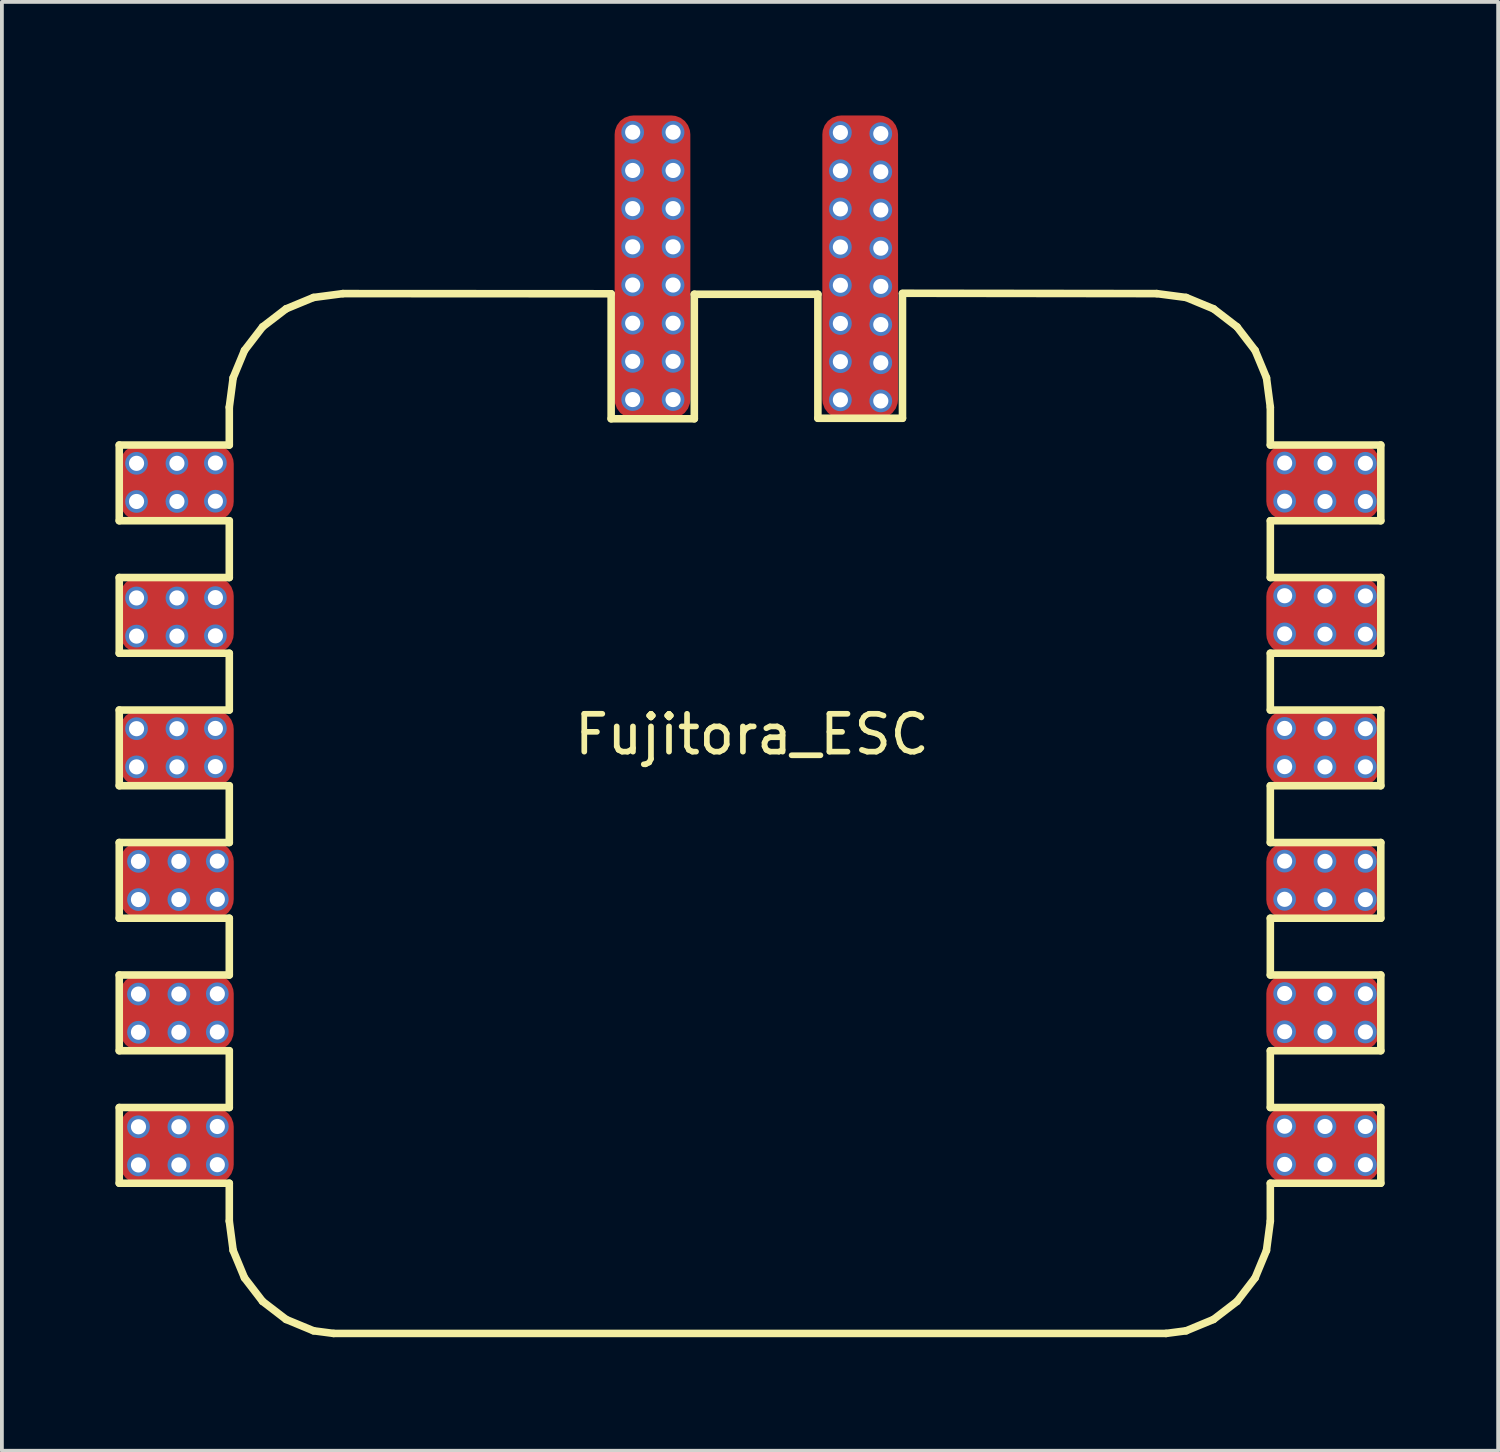
<source format=kicad_pcb>
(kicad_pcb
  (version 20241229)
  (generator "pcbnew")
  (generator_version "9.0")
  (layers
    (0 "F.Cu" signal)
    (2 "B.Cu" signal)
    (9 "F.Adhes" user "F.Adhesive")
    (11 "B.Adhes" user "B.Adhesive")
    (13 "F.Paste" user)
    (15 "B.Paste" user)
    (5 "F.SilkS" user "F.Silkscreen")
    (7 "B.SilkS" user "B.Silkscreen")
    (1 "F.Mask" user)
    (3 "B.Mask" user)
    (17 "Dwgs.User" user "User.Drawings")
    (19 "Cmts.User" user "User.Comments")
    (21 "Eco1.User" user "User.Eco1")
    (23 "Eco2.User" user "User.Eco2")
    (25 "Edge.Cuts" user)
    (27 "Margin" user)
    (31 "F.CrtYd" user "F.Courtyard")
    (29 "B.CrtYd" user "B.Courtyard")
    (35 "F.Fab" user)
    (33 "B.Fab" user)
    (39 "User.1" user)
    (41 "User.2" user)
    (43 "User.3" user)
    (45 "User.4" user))
  (footprint "Fujitora_ESC"
    (layer "F.Cu")
    (at 16.813 18.681)
    (property "Reference" "Fujitora_ESC" (at 0 -2.33 0) (layer "F.SilkS") (effects (font (size 1 1) (thickness 0.15))))
    (attr through_hole)
    (fp_line (start -16.713 -9.975) (end -13.806 -9.975) (stroke (width 0.2) (type solid)) (layer "F.SilkS"))
    (fp_line (start -16.713 -7.975) (end -16.713 -9.975) (stroke (width 0.2) (type solid)) (layer "F.SilkS"))
    (fp_line (start -16.713 -4.475) (end -16.713 -6.475) (stroke (width 0.2) (type solid)) (layer "F.SilkS"))
    (fp_line (start -16.713 -2.975) (end -13.806 -2.975) (stroke (width 0.2) (type solid)) (layer "F.SilkS"))
    (fp_line (start -16.713 -0.975) (end -16.713 -2.975) (stroke (width 0.2) (type solid)) (layer "F.SilkS"))
    (fp_line (start -16.713 0.525) (end -13.806 0.525) (stroke (width 0.2) (type solid)) (layer "F.SilkS"))
    (fp_line (start -16.713 2.525) (end -16.713 0.525) (stroke (width 0.2) (type solid)) (layer "F.SilkS"))
    (fp_line (start -16.713 4.025) (end -13.806 4.025) (stroke (width 0.2) (type solid)) (layer "F.SilkS"))
    (fp_line (start -16.713 6.025) (end -16.713 4.025) (stroke (width 0.2) (type solid)) (layer "F.SilkS"))
    (fp_line (start -16.713 9.525) (end -16.713 7.525) (stroke (width 0.2) (type solid)) (layer "F.SilkS"))
    (fp_line (start -13.806 -10.975) (end -13.806 -9.975) (stroke (width 0.2) (type solid)) (layer "F.SilkS"))
    (fp_line (start -13.806 -10.975) (end -13.704 -11.751) (stroke (width 0.2) (type solid)) (layer "F.SilkS"))
    (fp_line (start -13.806 -7.975) (end -16.713 -7.975) (stroke (width 0.2) (type solid)) (layer "F.SilkS"))
    (fp_line (start -13.806 -7.975) (end -13.806 -6.475) (stroke (width 0.2) (type solid)) (layer "F.SilkS"))
    (fp_line (start -13.806 -6.475) (end -16.713 -6.475) (stroke (width 0.2) (type solid)) (layer "F.SilkS"))
    (fp_line (start -13.806 -4.475) (end -16.713 -4.475) (stroke (width 0.2) (type solid)) (layer "F.SilkS"))
    (fp_line (start -13.806 -4.475) (end -13.806 -2.975) (stroke (width 0.2) (type solid)) (layer "F.SilkS"))
    (fp_line (start -13.806 -0.975) (end -16.713 -0.975) (stroke (width 0.2) (type solid)) (layer "F.SilkS"))
    (fp_line (start -13.806 -0.975) (end -13.806 0.525) (stroke (width 0.2) (type solid)) (layer "F.SilkS"))
    (fp_line (start -13.806 2.525) (end -16.713 2.525) (stroke (width 0.2) (type solid)) (layer "F.SilkS"))
    (fp_line (start -13.806 2.525) (end -13.806 4.025) (stroke (width 0.2) (type solid)) (layer "F.SilkS"))
    (fp_line (start -13.806 6.025) (end -16.713 6.025) (stroke (width 0.2) (type solid)) (layer "F.SilkS"))
    (fp_line (start -13.806 6.025) (end -13.806 7.525) (stroke (width 0.2) (type solid)) (layer "F.SilkS"))
    (fp_line (start -13.806 7.525) (end -16.713 7.525) (stroke (width 0.2) (type solid)) (layer "F.SilkS"))
    (fp_line (start -13.806 9.525) (end -16.713 9.525) (stroke (width 0.2) (type solid)) (layer "F.SilkS"))
    (fp_line (start -13.806 9.525) (end -13.806 10.525) (stroke (width 0.2) (type solid)) (layer "F.SilkS"))
    (fp_line (start -13.704 -11.751) (end -13.404 -12.475) (stroke (width 0.2) (type solid)) (layer "F.SilkS"))
    (fp_line (start -13.704 11.301) (end -13.806 10.525) (stroke (width 0.2) (type solid)) (layer "F.SilkS"))
    (fp_line (start -13.404 -12.475) (end -12.927 -13.096) (stroke (width 0.2) (type solid)) (layer "F.SilkS"))
    (fp_line (start -13.404 12.025) (end -13.704 11.301) (stroke (width 0.2) (type solid)) (layer "F.SilkS"))
    (fp_line (start -12.927 -13.096) (end -12.306 -13.573) (stroke (width 0.2) (type solid)) (layer "F.SilkS"))
    (fp_line (start -12.927 12.646) (end -13.404 12.025) (stroke (width 0.2) (type solid)) (layer "F.SilkS"))
    (fp_line (start -12.306 -13.573) (end -11.582 -13.873) (stroke (width 0.2) (type solid)) (layer "F.SilkS"))
    (fp_line (start -12.306 13.123) (end -12.927 12.646) (stroke (width 0.2) (type solid)) (layer "F.SilkS"))
    (fp_line (start -11.582 -13.873) (end -10.806 -13.975) (stroke (width 0.2) (type solid)) (layer "F.SilkS"))
    (fp_line (start -11.582 13.423) (end -12.306 13.123) (stroke (width 0.2) (type solid)) (layer "F.SilkS"))
    (fp_line (start -11.05 13.493) (end -11.582 13.423) (stroke (width 0.2) (type solid)) (layer "F.SilkS"))
    (fp_line (start -11.05 13.493) (end 10.938 13.493) (stroke (width 0.2) (type solid)) (layer "F.SilkS"))
    (fp_line (start -3.719 -13.971) (end -10.806 -13.975) (stroke (width 0.2) (type solid)) (layer "F.SilkS"))
    (fp_line (start -3.719 -13.971) (end -3.719 -10.669) (stroke (width 0.2) (type solid)) (layer "F.SilkS"))
    (fp_line (start -3.719 -10.669) (end -1.522 -10.669) (stroke (width 0.2) (type solid)) (layer "F.SilkS"))
    (fp_line (start -1.522 -13.958) (end 1.742 -13.958) (stroke (width 0.2) (type solid)) (layer "F.SilkS"))
    (fp_line (start -1.522 -10.669) (end -1.522 -13.958) (stroke (width 0.2) (type solid)) (layer "F.SilkS"))
    (fp_line (start 1.742 -13.958) (end 1.742 -10.682) (stroke (width 0.2) (type solid)) (layer "F.SilkS"))
    (fp_line (start 1.742 -10.682) (end 3.977 -10.682) (stroke (width 0.2) (type solid)) (layer "F.SilkS"))
    (fp_line (start 3.977 -10.682) (end 3.977 -13.974) (stroke (width 0.2) (type solid)) (layer "F.SilkS"))
    (fp_line (start 10.694 -13.975) (end 3.977 -13.984) (stroke (width 0.2) (type solid)) (layer "F.SilkS"))
    (fp_line (start 11.47 -13.873) (end 10.694 -13.975) (stroke (width 0.2) (type solid)) (layer "F.SilkS"))
    (fp_line (start 11.47 13.423) (end 10.938 13.493) (stroke (width 0.2) (type solid)) (layer "F.SilkS"))
    (fp_line (start 12.194 -13.573) (end 11.47 -13.873) (stroke (width 0.2) (type solid)) (layer "F.SilkS"))
    (fp_line (start 12.194 13.123) (end 11.47 13.423) (stroke (width 0.2) (type solid)) (layer "F.SilkS"))
    (fp_line (start 12.815 -13.096) (end 12.194 -13.573) (stroke (width 0.2) (type solid)) (layer "F.SilkS"))
    (fp_line (start 12.815 12.646) (end 12.194 13.123) (stroke (width 0.2) (type solid)) (layer "F.SilkS"))
    (fp_line (start 13.292 -12.475) (end 12.815 -13.096) (stroke (width 0.2) (type solid)) (layer "F.SilkS"))
    (fp_line (start 13.292 12.025) (end 12.815 12.646) (stroke (width 0.2) (type solid)) (layer "F.SilkS"))
    (fp_line (start 13.592 -11.751) (end 13.292 -12.475) (stroke (width 0.2) (type solid)) (layer "F.SilkS"))
    (fp_line (start 13.592 11.301) (end 13.292 12.025) (stroke (width 0.2) (type solid)) (layer "F.SilkS"))
    (fp_line (start 13.694 -10.975) (end 13.592 -11.751) (stroke (width 0.2) (type solid)) (layer "F.SilkS"))
    (fp_line (start 13.694 -9.975) (end 13.694 -10.975) (stroke (width 0.2) (type solid)) (layer "F.SilkS"))
    (fp_line (start 13.694 -9.975) (end 16.612 -9.975) (stroke (width 0.2) (type solid)) (layer "F.SilkS"))
    (fp_line (start 13.694 -6.475) (end 13.694 -7.975) (stroke (width 0.2) (type solid)) (layer "F.SilkS"))
    (fp_line (start 13.694 -6.475) (end 16.612 -6.475) (stroke (width 0.2) (type solid)) (layer "F.SilkS"))
    (fp_line (start 13.694 -2.975) (end 13.694 -4.475) (stroke (width 0.2) (type solid)) (layer "F.SilkS"))
    (fp_line (start 13.694 -2.975) (end 16.612 -2.975) (stroke (width 0.2) (type solid)) (layer "F.SilkS"))
    (fp_line (start 13.694 0.525) (end 13.694 -0.975) (stroke (width 0.2) (type solid)) (layer "F.SilkS"))
    (fp_line (start 13.694 0.525) (end 16.612 0.525) (stroke (width 0.2) (type solid)) (layer "F.SilkS"))
    (fp_line (start 13.694 4.025) (end 13.694 2.525) (stroke (width 0.2) (type solid)) (layer "F.SilkS"))
    (fp_line (start 13.694 4.025) (end 16.612 4.025) (stroke (width 0.2) (type solid)) (layer "F.SilkS"))
    (fp_line (start 13.694 7.525) (end 13.694 6.025) (stroke (width 0.2) (type solid)) (layer "F.SilkS"))
    (fp_line (start 13.694 7.525) (end 16.612 7.525) (stroke (width 0.2) (type solid)) (layer "F.SilkS"))
    (fp_line (start 13.694 10.525) (end 13.592 11.301) (stroke (width 0.2) (type solid)) (layer "F.SilkS"))
    (fp_line (start 13.694 10.525) (end 13.694 9.525) (stroke (width 0.2) (type solid)) (layer "F.SilkS"))
    (fp_line (start 16.612 -9.975) (end 16.612 -7.975) (stroke (width 0.2) (type solid)) (layer "F.SilkS"))
    (fp_line (start 16.612 -7.975) (end 13.694 -7.975) (stroke (width 0.2) (type solid)) (layer "F.SilkS"))
    (fp_line (start 16.612 -6.475) (end 16.612 -4.475) (stroke (width 0.2) (type solid)) (layer "F.SilkS"))
    (fp_line (start 16.612 -4.475) (end 13.694 -4.475) (stroke (width 0.2) (type solid)) (layer "F.SilkS"))
    (fp_line (start 16.612 -2.975) (end 16.612 -0.975) (stroke (width 0.2) (type solid)) (layer "F.SilkS"))
    (fp_line (start 16.612 -0.975) (end 13.694 -0.975) (stroke (width 0.2) (type solid)) (layer "F.SilkS"))
    (fp_line (start 16.612 0.525) (end 16.612 2.525) (stroke (width 0.2) (type solid)) (layer "F.SilkS"))
    (fp_line (start 16.612 2.525) (end 13.694 2.525) (stroke (width 0.2) (type solid)) (layer "F.SilkS"))
    (fp_line (start 16.612 4.025) (end 16.612 6.025) (stroke (width 0.2) (type solid)) (layer "F.SilkS"))
    (fp_line (start 16.612 6.025) (end 13.694 6.025) (stroke (width 0.2) (type solid)) (layer "F.SilkS"))
    (fp_line (start 16.612 7.525) (end 16.612 9.525) (stroke (width 0.2) (type solid)) (layer "F.SilkS"))
    (fp_line (start 16.612 9.525) (end 13.694 9.525) (stroke (width 0.2) (type solid)) (layer "F.SilkS"))
    (pad "1" thru_hole circle (at -16.256 -9.492) (size 0.6 0.6) (drill 0.4) (layers "*.Cu" "*.Mask"))
    (pad "1" thru_hole circle (at -16.256 -8.484) (size 0.6 0.6) (drill 0.4) (layers "*.Cu" "*.Mask"))
    (pad "1" thru_hole circle (at -15.189 -9.492) (size 0.6 0.6) (drill 0.4) (layers "*.Cu" "*.Mask"))
    (pad "1" smd roundrect (at -15.189 -8.98) (size 3 2) (layers "F.Cu" "F.Mask" "F.Paste") (roundrect_rratio 0.25))
    (pad "1" thru_hole circle (at -15.189 -8.484) (size 0.6 0.6) (drill 0.4) (layers "*.Cu" "*.Mask"))
    (pad "1" thru_hole circle (at -14.173 -9.5) (size 0.6 0.6) (drill 0.4) (layers "*.Cu" "*.Mask"))
    (pad "1" thru_hole circle (at -14.173 -8.491) (size 0.6 0.6) (drill 0.4) (layers "*.Cu" "*.Mask"))
    (pad "2" thru_hole circle (at -16.256 -5.936) (size 0.6 0.6) (drill 0.4) (layers "*.Cu" "*.Mask"))
    (pad "2" thru_hole circle (at -16.256 -4.928) (size 0.6 0.6) (drill 0.4) (layers "*.Cu" "*.Mask"))
    (pad "2" thru_hole circle (at -15.189 -5.936) (size 0.6 0.6) (drill 0.4) (layers "*.Cu" "*.Mask"))
    (pad "2" smd roundrect (at -15.189 -5.488) (size 3 2) (layers "F.Cu" "F.Mask" "F.Paste") (roundrect_rratio 0.25))
    (pad "2" thru_hole circle (at -15.189 -4.928) (size 0.6 0.6) (drill 0.4) (layers "*.Cu" "*.Mask"))
    (pad "2" thru_hole circle (at -14.173 -5.944) (size 0.6 0.6) (drill 0.4) (layers "*.Cu" "*.Mask"))
    (pad "2" thru_hole circle (at -14.173 -4.935) (size 0.6 0.6) (drill 0.4) (layers "*.Cu" "*.Mask"))
    (pad "3" thru_hole circle (at -16.256 -2.482) (size 0.6 0.6) (drill 0.4) (layers "*.Cu" "*.Mask"))
    (pad "3" thru_hole circle (at -16.256 -1.473) (size 0.6 0.6) (drill 0.4) (layers "*.Cu" "*.Mask"))
    (pad "3" thru_hole circle (at -15.189 -2.482) (size 0.6 0.6) (drill 0.4) (layers "*.Cu" "*.Mask"))
    (pad "3" smd roundrect (at -15.189 -1.97) (size 3 2) (layers "F.Cu" "F.Mask" "F.Paste") (roundrect_rratio 0.25))
    (pad "3" thru_hole circle (at -15.189 -1.473) (size 0.6 0.6) (drill 0.4) (layers "*.Cu" "*.Mask"))
    (pad "3" thru_hole circle (at -14.173 -2.489) (size 0.6 0.6) (drill 0.4) (layers "*.Cu" "*.Mask"))
    (pad "3" thru_hole circle (at -14.173 -1.48) (size 0.6 0.6) (drill 0.4) (layers "*.Cu" "*.Mask"))
    (pad "4" thru_hole circle (at -16.205 1.023) (size 0.6 0.6) (drill 0.4) (layers "*.Cu" "*.Mask"))
    (pad "4" thru_hole circle (at -16.205 2.032) (size 0.6 0.6) (drill 0.4) (layers "*.Cu" "*.Mask"))
    (pad "4" smd roundrect (at -15.189 1.523) (size 3 2) (layers "F.Cu" "F.Mask" "F.Paste") (roundrect_rratio 0.25))
    (pad "4" thru_hole circle (at -15.138 1.023) (size 0.6 0.6) (drill 0.4) (layers "*.Cu" "*.Mask"))
    (pad "4" thru_hole circle (at -15.138 2.032) (size 0.6 0.6) (drill 0.4) (layers "*.Cu" "*.Mask"))
    (pad "4" thru_hole circle (at -14.122 1.016) (size 0.6 0.6) (drill 0.4) (layers "*.Cu" "*.Mask"))
    (pad "4" thru_hole circle (at -14.122 2.025) (size 0.6 0.6) (drill 0.4) (layers "*.Cu" "*.Mask"))
    (pad "5" thru_hole circle (at -16.205 4.528) (size 0.6 0.6) (drill 0.4) (layers "*.Cu" "*.Mask"))
    (pad "5" thru_hole circle (at -16.205 5.537) (size 0.6 0.6) (drill 0.4) (layers "*.Cu" "*.Mask"))
    (pad "5" smd roundrect (at -15.189 5.015) (size 3 2) (layers "F.Cu" "F.Mask" "F.Paste") (roundrect_rratio 0.25))
    (pad "5" thru_hole circle (at -15.138 4.528) (size 0.6 0.6) (drill 0.4) (layers "*.Cu" "*.Mask"))
    (pad "5" thru_hole circle (at -15.138 5.537) (size 0.6 0.6) (drill 0.4) (layers "*.Cu" "*.Mask"))
    (pad "5" thru_hole circle (at -14.122 4.521) (size 0.6 0.6) (drill 0.4) (layers "*.Cu" "*.Mask"))
    (pad "5" thru_hole circle (at -14.122 5.53) (size 0.6 0.6) (drill 0.4) (layers "*.Cu" "*.Mask"))
    (pad "6" thru_hole circle (at -16.205 8.034) (size 0.6 0.6) (drill 0.4) (layers "*.Cu" "*.Mask"))
    (pad "6" thru_hole circle (at -16.205 9.042) (size 0.6 0.6) (drill 0.4) (layers "*.Cu" "*.Mask"))
    (pad "6" smd roundrect (at -15.189 8.533) (size 3 2) (layers "F.Cu" "F.Mask" "F.Paste") (roundrect_rratio 0.25))
    (pad "6" thru_hole circle (at -15.138 8.034) (size 0.6 0.6) (drill 0.4) (layers "*.Cu" "*.Mask"))
    (pad "6" thru_hole circle (at -15.138 9.042) (size 0.6 0.6) (drill 0.4) (layers "*.Cu" "*.Mask"))
    (pad "6" thru_hole circle (at -14.122 8.026) (size 0.6 0.6) (drill 0.4) (layers "*.Cu" "*.Mask"))
    (pad "6" thru_hole circle (at -14.122 9.035) (size 0.6 0.6) (drill 0.4) (layers "*.Cu" "*.Mask"))
    (pad "7" thru_hole circle (at 14.072 -9.5) (size 0.6 0.6) (drill 0.4) (layers "*.Cu" "*.Mask"))
    (pad "7" thru_hole circle (at 14.072 -8.491) (size 0.6 0.6) (drill 0.4) (layers "*.Cu" "*.Mask"))
    (pad "7" smd roundrect (at 15.088 -8.992) (size 3 2) (layers "F.Cu" "F.Mask" "F.Paste") (roundrect_rratio 0.25))
    (pad "7" thru_hole circle (at 15.138 -9.492) (size 0.6 0.6) (drill 0.4) (layers "*.Cu" "*.Mask"))
    (pad "7" thru_hole circle (at 15.138 -8.484) (size 0.6 0.6) (drill 0.4) (layers "*.Cu" "*.Mask"))
    (pad "7" thru_hole circle (at 16.205 -9.492) (size 0.6 0.6) (drill 0.4) (layers "*.Cu" "*.Mask"))
    (pad "7" thru_hole circle (at 16.205 -8.484) (size 0.6 0.6) (drill 0.4) (layers "*.Cu" "*.Mask"))
    (pad "8" thru_hole circle (at 14.072 -5.994) (size 0.6 0.6) (drill 0.4) (layers "*.Cu" "*.Mask"))
    (pad "8" thru_hole circle (at 14.072 -4.986) (size 0.6 0.6) (drill 0.4) (layers "*.Cu" "*.Mask"))
    (pad "8" smd roundrect (at 15.088 -5.475) (size 3 2) (layers "F.Cu" "F.Mask" "F.Paste") (roundrect_rratio 0.25))
    (pad "8" thru_hole circle (at 15.138 -5.987) (size 0.6 0.6) (drill 0.4) (layers "*.Cu" "*.Mask"))
    (pad "8" thru_hole circle (at 15.138 -4.978) (size 0.6 0.6) (drill 0.4) (layers "*.Cu" "*.Mask"))
    (pad "8" thru_hole circle (at 16.205 -5.987) (size 0.6 0.6) (drill 0.4) (layers "*.Cu" "*.Mask"))
    (pad "8" thru_hole circle (at 16.205 -4.978) (size 0.6 0.6) (drill 0.4) (layers "*.Cu" "*.Mask"))
    (pad "9" thru_hole circle (at 14.072 -2.489) (size 0.6 0.6) (drill 0.4) (layers "*.Cu" "*.Mask"))
    (pad "9" thru_hole circle (at 14.072 -1.48) (size 0.6 0.6) (drill 0.4) (layers "*.Cu" "*.Mask"))
    (pad "9" smd roundrect (at 15.088 -1.97) (size 3 2) (layers "F.Cu" "F.Mask" "F.Paste") (roundrect_rratio 0.25))
    (pad "9" thru_hole circle (at 15.138 -2.482) (size 0.6 0.6) (drill 0.4) (layers "*.Cu" "*.Mask"))
    (pad "9" thru_hole circle (at 15.138 -1.473) (size 0.6 0.6) (drill 0.4) (layers "*.Cu" "*.Mask"))
    (pad "9" thru_hole circle (at 16.205 -2.482) (size 0.6 0.6) (drill 0.4) (layers "*.Cu" "*.Mask"))
    (pad "9" thru_hole circle (at 16.205 -1.473) (size 0.6 0.6) (drill 0.4) (layers "*.Cu" "*.Mask"))
    (pad "10" thru_hole circle (at 14.072 1.016) (size 0.6 0.6) (drill 0.4) (layers "*.Cu" "*.Mask"))
    (pad "10" thru_hole circle (at 14.072 2.025) (size 0.6 0.6) (drill 0.4) (layers "*.Cu" "*.Mask"))
    (pad "10" smd roundrect (at 15.088 1.536) (size 3 2) (layers "F.Cu" "F.Mask" "F.Paste") (roundrect_rratio 0.25))
    (pad "10" thru_hole circle (at 15.138 1.023) (size 0.6 0.6) (drill 0.4) (layers "*.Cu" "*.Mask"))
    (pad "10" thru_hole circle (at 15.138 2.032) (size 0.6 0.6) (drill 0.4) (layers "*.Cu" "*.Mask"))
    (pad "10" thru_hole circle (at 16.205 1.023) (size 0.6 0.6) (drill 0.4) (layers "*.Cu" "*.Mask"))
    (pad "10" thru_hole circle (at 16.205 2.032) (size 0.6 0.6) (drill 0.4) (layers "*.Cu" "*.Mask"))
    (pad "11" thru_hole circle (at 14.072 4.514) (size 0.6 0.6) (drill 0.4) (layers "*.Cu" "*.Mask"))
    (pad "11" thru_hole circle (at 14.072 5.523) (size 0.6 0.6) (drill 0.4) (layers "*.Cu" "*.Mask"))
    (pad "11" smd roundrect (at 15.088 5.015) (size 3 2) (layers "F.Cu" "F.Mask" "F.Paste") (roundrect_rratio 0.25))
    (pad "11" thru_hole circle (at 15.138 4.521) (size 0.6 0.6) (drill 0.4) (layers "*.Cu" "*.Mask"))
    (pad "11" thru_hole circle (at 15.138 5.53) (size 0.6 0.6) (drill 0.4) (layers "*.Cu" "*.Mask"))
    (pad "11" thru_hole circle (at 16.205 4.521) (size 0.6 0.6) (drill 0.4) (layers "*.Cu" "*.Mask"))
    (pad "11" thru_hole circle (at 16.205 5.53) (size 0.6 0.6) (drill 0.4) (layers "*.Cu" "*.Mask"))
    (pad "12" thru_hole circle (at 14.072 8.019) (size 0.6 0.6) (drill 0.4) (layers "*.Cu" "*.Mask"))
    (pad "12" thru_hole circle (at 14.072 9.028) (size 0.6 0.6) (drill 0.4) (layers "*.Cu" "*.Mask"))
    (pad "12" smd roundrect (at 15.088 8.508) (size 3 2) (layers "F.Cu" "F.Mask" "F.Paste") (roundrect_rratio 0.25))
    (pad "12" thru_hole circle (at 15.138 8.026) (size 0.6 0.6) (drill 0.4) (layers "*.Cu" "*.Mask"))
    (pad "12" thru_hole circle (at 15.138 9.035) (size 0.6 0.6) (drill 0.4) (layers "*.Cu" "*.Mask"))
    (pad "12" thru_hole circle (at 16.205 8.026) (size 0.6 0.6) (drill 0.4) (layers "*.Cu" "*.Mask"))
    (pad "12" thru_hole circle (at 16.205 9.035) (size 0.6 0.6) (drill 0.4) (layers "*.Cu" "*.Mask"))
    (pad "19" thru_hole circle (at 2.337 -18.23) (size 0.6 0.6) (drill 0.4) (layers "*.Cu" "*.Mask"))
    (pad "19" thru_hole circle (at 2.337 -17.221) (size 0.6 0.6) (drill 0.4) (layers "*.Cu" "*.Mask"))
    (pad "19" thru_hole circle (at 2.337 -16.212) (size 0.6 0.6) (drill 0.4) (layers "*.Cu" "*.Mask"))
    (pad "19" thru_hole circle (at 2.337 -15.204) (size 0.6 0.6) (drill 0.4) (layers "*.Cu" "*.Mask"))
    (pad "19" thru_hole circle (at 2.337 -14.195) (size 0.6 0.6) (drill 0.4) (layers "*.Cu" "*.Mask"))
    (pad "19" thru_hole circle (at 2.337 -13.186) (size 0.6 0.6) (drill 0.4) (layers "*.Cu" "*.Mask"))
    (pad "19" thru_hole circle (at 2.337 -12.177) (size 0.6 0.6) (drill 0.4) (layers "*.Cu" "*.Mask"))
    (pad "19" thru_hole circle (at 2.337 -11.169) (size 0.6 0.6) (drill 0.4) (layers "*.Cu" "*.Mask"))
    (pad "19" smd roundrect (at 2.86 -14.681) (size 2 8) (layers "F.Cu" "F.Mask" "F.Paste") (roundrect_rratio 0.25))
    (pad "19" thru_hole circle (at 3.404 -18.201) (size 0.6 0.6) (drill 0.4) (layers "*.Cu" "*.Mask"))
    (pad "19" thru_hole circle (at 3.404 -17.192) (size 0.6 0.6) (drill 0.4) (layers "*.Cu" "*.Mask"))
    (pad "19" thru_hole circle (at 3.404 -16.183) (size 0.6 0.6) (drill 0.4) (layers "*.Cu" "*.Mask"))
    (pad "19" thru_hole circle (at 3.404 -15.175) (size 0.6 0.6) (drill 0.4) (layers "*.Cu" "*.Mask"))
    (pad "19" thru_hole circle (at 3.404 -14.166) (size 0.6 0.6) (drill 0.4) (layers "*.Cu" "*.Mask"))
    (pad "19" thru_hole circle (at 3.404 -13.157) (size 0.6 0.6) (drill 0.4) (layers "*.Cu" "*.Mask"))
    (pad "19" thru_hole circle (at 3.404 -12.148) (size 0.6 0.6) (drill 0.4) (layers "*.Cu" "*.Mask"))
    (pad "19" thru_hole circle (at 3.404 -11.14) (size 0.6 0.6) (drill 0.4) (layers "*.Cu" "*.Mask"))
    (pad "20" thru_hole circle (at -3.15 -18.237) (size 0.6 0.6) (drill 0.4) (layers "*.Cu" "*.Mask"))
    (pad "20" thru_hole circle (at -3.15 -17.228) (size 0.6 0.6) (drill 0.4) (layers "*.Cu" "*.Mask"))
    (pad "20" thru_hole circle (at -3.15 -16.22) (size 0.6 0.6) (drill 0.4) (layers "*.Cu" "*.Mask"))
    (pad "20" thru_hole circle (at -3.15 -15.211) (size 0.6 0.6) (drill 0.4) (layers "*.Cu" "*.Mask"))
    (pad "20" thru_hole circle (at -3.15 -14.202) (size 0.6 0.6) (drill 0.4) (layers "*.Cu" "*.Mask"))
    (pad "20" thru_hole circle (at -3.15 -13.193) (size 0.6 0.6) (drill 0.4) (layers "*.Cu" "*.Mask"))
    (pad "20" thru_hole circle (at -3.15 -12.185) (size 0.6 0.6) (drill 0.4) (layers "*.Cu" "*.Mask"))
    (pad "20" thru_hole circle (at -3.15 -11.176) (size 0.6 0.6) (drill 0.4) (layers "*.Cu" "*.Mask"))
    (pad "20" smd roundrect (at -2.627 -14.681) (size 2 8) (layers "F.Cu" "F.Mask" "F.Paste") (roundrect_rratio 0.25))
    (pad "20" thru_hole circle (at -2.083 -18.237) (size 0.6 0.6) (drill 0.4) (layers "*.Cu" "*.Mask"))
    (pad "20" thru_hole circle (at -2.083 -17.228) (size 0.6 0.6) (drill 0.4) (layers "*.Cu" "*.Mask"))
    (pad "20" thru_hole circle (at -2.083 -16.22) (size 0.6 0.6) (drill 0.4) (layers "*.Cu" "*.Mask"))
    (pad "20" thru_hole circle (at -2.083 -15.211) (size 0.6 0.6) (drill 0.4) (layers "*.Cu" "*.Mask"))
    (pad "20" thru_hole circle (at -2.083 -14.202) (size 0.6 0.6) (drill 0.4) (layers "*.Cu" "*.Mask"))
    (pad "20" thru_hole circle (at -2.083 -13.193) (size 0.6 0.6) (drill 0.4) (layers "*.Cu" "*.Mask"))
    (pad "20" thru_hole circle (at -2.083 -12.185) (size 0.6 0.6) (drill 0.4) (layers "*.Cu" "*.Mask"))
    (pad "20" thru_hole circle (at -2.083 -11.176) (size 0.6 0.6) (drill 0.4) (layers "*.Cu" "*.Mask")))
  (gr_rect
    (start -3 -3)
    (end 36.525 35.274)
    (stroke (width 0.1) (type default))
    (fill no)
    (layer "Edge.Cuts")))
</source>
